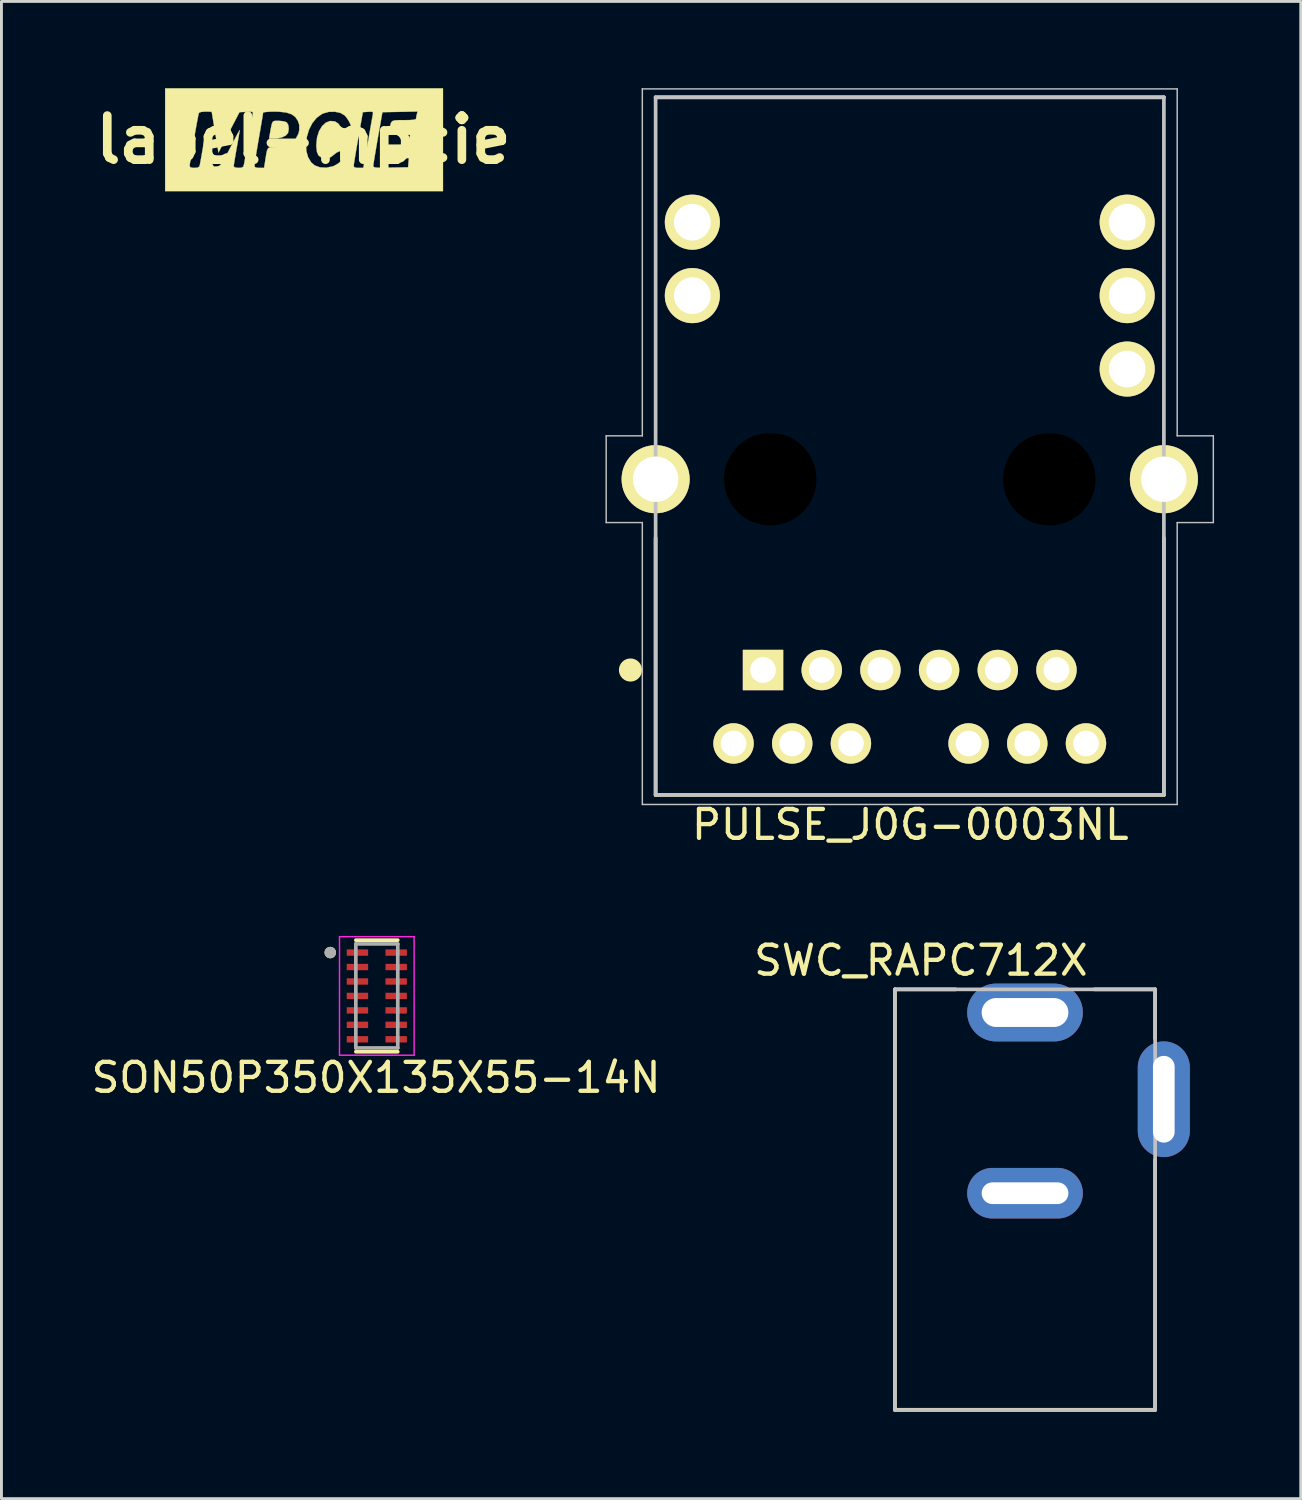
<source format=kicad_pcb>
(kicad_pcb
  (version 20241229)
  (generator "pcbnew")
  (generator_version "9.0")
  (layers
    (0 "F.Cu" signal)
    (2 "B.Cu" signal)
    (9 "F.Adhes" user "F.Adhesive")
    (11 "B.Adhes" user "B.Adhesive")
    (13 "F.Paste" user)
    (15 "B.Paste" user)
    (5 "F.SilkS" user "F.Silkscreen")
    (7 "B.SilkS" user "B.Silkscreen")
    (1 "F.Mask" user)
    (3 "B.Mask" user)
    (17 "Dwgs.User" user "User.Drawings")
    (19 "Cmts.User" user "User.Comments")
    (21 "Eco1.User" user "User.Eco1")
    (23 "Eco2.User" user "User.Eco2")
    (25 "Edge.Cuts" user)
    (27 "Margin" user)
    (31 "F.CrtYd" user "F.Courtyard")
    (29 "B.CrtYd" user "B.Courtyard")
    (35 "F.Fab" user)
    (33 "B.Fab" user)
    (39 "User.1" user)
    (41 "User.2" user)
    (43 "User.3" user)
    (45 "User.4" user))
  (footprint "label-mpcie"
    (layer "F.Cu")
    (at 7.446 1.783)
    (property "Reference" "label-mpcie" (at 0 0 0) (layer "F.SilkS") (effects (font (size 1.524 1.524) (thickness 0.3))))
    (attr through_hole)
    (fp_poly (pts (xy -0.877 -0.655) (xy -0.859 -0.655) (xy -0.721 -0.643) (xy -0.61 -0.615) (xy -0.576 -0.597) (xy -0.524 -0.507) (xy -0.508 -0.376) (xy -0.532 -0.241) (xy -0.534 -0.235) (xy -0.608 -0.148) (xy -0.743 -0.082) (xy -0.915 -0.046) (xy -0.995 -0.042) (xy -1.189 -0.042) (xy -1.161 -0.201) (xy -1.126 -0.401) (xy -1.099 -0.531) (xy -1.07 -0.608) (xy -1.03 -0.644) (xy -0.969 -0.655) (xy -0.877 -0.655)) (stroke (width 0.01) (type solid)) (fill yes) (layer "F.SilkS"))
    (fp_poly (pts (xy 4.826 1.778) (xy -4.784 1.778) (xy -4.784 0.904) (xy -3.937 0.904) (xy -3.914 0.952) (xy -3.835 0.972) (xy -3.772 0.974) (xy -3.66 0.965) (xy -3.605 0.929) (xy -3.586 0.878) (xy -3.571 0.802) (xy -3.545 0.661) (xy -3.512 0.475) (xy -3.475 0.262) (xy -3.468 0.222) (xy -3.432 0.018) (xy -3.401 -0.151) (xy -3.376 -0.27) (xy -3.363 -0.325) (xy -3.361 -0.327) (xy -3.35 -0.283) (xy -3.329 -0.172) (xy -3.3 -0.01) (xy -3.266 0.187) (xy -3.262 0.213) (xy -3.218 0.475) (xy -3.186 0.665) (xy -3.159 0.794) (xy -3.135 0.873) (xy -3.109 0.915) (xy -3.076 0.929) (xy -3.033 0.928) (xy -2.994 0.923) (xy -2.942 0.915) (xy -2.896 0.893) (xy -2.85 0.847) (xy -2.794 0.766) (xy -2.721 0.639) (xy -2.624 0.455) (xy -2.531 0.275) (xy -2.424 0.068) (xy -2.331 -0.109) (xy -2.26 -0.243) (xy -2.215 -0.322) (xy -2.203 -0.339) (xy -2.21 -0.292) (xy -2.229 -0.177) (xy -2.257 -0.01) (xy -2.293 0.194) (xy -2.307 0.273) (xy -2.345 0.49) (xy -2.377 0.679) (xy -2.401 0.824) (xy -2.412 0.907) (xy -2.413 0.919) (xy -2.373 0.959) (xy -2.257 0.974) (xy -2.247 0.974) (xy -2.137 0.966) (xy -2.083 0.933) (xy -2.069 0.891) (xy -1.693 0.891) (xy -1.678 0.946) (xy -1.618 0.969) (xy -1.528 0.974) (xy -1.362 0.974) (xy -1.313 0.667) (xy -1.283 0.479) (xy -1.256 0.358) (xy -1.219 0.291) (xy -1.159 0.261) (xy -1.062 0.254) (xy -0.952 0.254) (xy -0.67 0.223) (xy -0.48 0.148) (xy 0.087 0.148) (xy 0.1 0.39) (xy 0.16 0.607) (xy 0.269 0.786) (xy 0.389 0.888) (xy 0.577 0.957) (xy 0.797 0.967) (xy 1.023 0.918) (xy 1.067 0.9) (xy 1.738 0.9) (xy 1.755 0.949) (xy 1.824 0.971) (xy 1.902 0.974) (xy 2.068 0.974) (xy 2.083 0.901) (xy 2.415 0.901) (xy 2.421 0.93) (xy 2.447 0.95) (xy 2.507 0.963) (xy 2.614 0.968) (xy 2.78 0.968) (xy 3.016 0.964) (xy 3.619 0.953) (xy 3.646 0.635) (xy 2.808 0.635) (xy 2.851 0.402) (xy 2.893 0.169) (xy 3.243 0.169) (xy 3.406 0.166) (xy 3.534 0.156) (xy 3.605 0.143) (xy 3.612 0.138) (xy 3.633 0.077) (xy 3.659 -0.025) (xy 3.66 -0.032) (xy 3.69 -0.169) (xy 2.954 -0.169) (xy 2.983 -0.365) (xy 3.005 -0.504) (xy 3.031 -0.594) (xy 3.079 -0.646) (xy 3.164 -0.67) (xy 3.303 -0.677) (xy 3.476 -0.677) (xy 3.683 -0.681) (xy 3.815 -0.691) (xy 3.882 -0.711) (xy 3.895 -0.73) (xy 3.906 -0.812) (xy 3.922 -0.88) (xy 3.947 -0.976) (xy 3.339 -0.964) (xy 2.731 -0.953) (xy 2.574 -0.064) (xy 2.527 0.204) (xy 2.486 0.447) (xy 2.452 0.651) (xy 2.428 0.803) (xy 2.416 0.889) (xy 2.415 0.901) (xy 2.083 0.901) (xy 2.112 0.751) (xy 2.135 0.629) (xy 2.168 0.445) (xy 2.208 0.221) (xy 2.25 -0.021) (xy 2.264 -0.106) (xy 2.304 -0.337) (xy 2.341 -0.548) (xy 2.371 -0.719) (xy 2.392 -0.833) (xy 2.397 -0.86) (xy 2.407 -0.933) (xy 2.385 -0.966) (xy 2.311 -0.97) (xy 2.237 -0.966) (xy 2.053 -0.953) (xy 1.897 -0.064) (xy 1.85 0.204) (xy 1.809 0.447) (xy 1.775 0.651) (xy 1.751 0.802) (xy 1.739 0.888) (xy 1.738 0.9) (xy 1.067 0.9) (xy 1.084 0.893) (xy 1.218 0.81) (xy 1.342 0.696) (xy 1.436 0.574) (xy 1.481 0.466) (xy 1.482 0.451) (xy 1.449 0.392) (xy 1.367 0.374) (xy 1.256 0.394) (xy 1.14 0.448) (xy 1.065 0.508) (xy 0.948 0.6) (xy 0.821 0.633) (xy 0.772 0.635) (xy 0.623 0.615) (xy 0.523 0.548) (xy 0.467 0.423) (xy 0.446 0.231) (xy 0.445 0.175) (xy 0.47 -0.077) (xy 0.539 -0.295) (xy 0.644 -0.471) (xy 0.776 -0.592) (xy 0.927 -0.649) (xy 1.09 -0.633) (xy 1.09 -0.632) (xy 1.207 -0.558) (xy 1.267 -0.472) (xy 1.308 -0.399) (xy 1.369 -0.371) (xy 1.48 -0.374) (xy 1.483 -0.374) (xy 1.588 -0.393) (xy 1.647 -0.42) (xy 1.651 -0.429) (xy 1.625 -0.532) (xy 1.561 -0.662) (xy 1.476 -0.786) (xy 1.423 -0.844) (xy 1.276 -0.929) (xy 1.083 -0.969) (xy 0.874 -0.963) (xy 0.677 -0.909) (xy 0.642 -0.892) (xy 0.455 -0.757) (xy 0.304 -0.571) (xy 0.191 -0.347) (xy 0.118 -0.103) (xy 0.087 0.148) (xy -0.48 0.148) (xy -0.444 0.133) (xy -0.276 -0.013) (xy -0.172 -0.214) (xy -0.145 -0.327) (xy -0.145 -0.516) (xy -0.193 -0.656) (xy -0.283 -0.789) (xy -0.412 -0.882) (xy -0.594 -0.941) (xy -0.838 -0.969) (xy -1.005 -0.973) (xy -1.182 -0.969) (xy -1.315 -0.958) (xy -1.388 -0.942) (xy -1.397 -0.933) (xy -1.404 -0.881) (xy -1.423 -0.758) (xy -1.453 -0.579) (xy -1.491 -0.355) (xy -1.535 -0.101) (xy -1.545 -0.042) (xy -1.59 0.22) (xy -1.63 0.458) (xy -1.662 0.658) (xy -1.683 0.804) (xy -1.693 0.884) (xy -1.693 0.891) (xy -2.069 0.891) (xy -2.058 0.857) (xy -2.043 0.779) (xy -2.018 0.633) (xy -1.984 0.435) (xy -1.944 0.201) (xy -1.906 -0.021) (xy -1.863 -0.272) (xy -1.824 -0.498) (xy -1.791 -0.686) (xy -1.767 -0.82) (xy -1.755 -0.881) (xy -1.748 -0.935) (xy -1.77 -0.963) (xy -1.84 -0.97) (xy -1.972 -0.965) (xy -2.212 -0.953) (xy -2.576 -0.254) (xy -2.94 0.445) (xy -3.056 -0.254) (xy -3.094 -0.486) (xy -3.127 -0.687) (xy -3.153 -0.842) (xy -3.169 -0.938) (xy -3.173 -0.963) (xy -3.212 -0.969) (xy -3.311 -0.973) (xy -3.388 -0.974) (xy -3.531 -0.963) (xy -3.61 -0.934) (xy -3.62 -0.921) (xy -3.634 -0.86) (xy -3.659 -0.731) (xy -3.693 -0.55) (xy -3.732 -0.333) (xy -3.774 -0.094) (xy -3.817 0.15) (xy -3.856 0.384) (xy -3.891 0.593) (xy -3.918 0.76) (xy -3.934 0.87) (xy -3.937 0.904) (xy -4.784 0.904) (xy -4.784 -1.778) (xy 4.826 -1.778) (xy 4.826 1.778)) (stroke (width 0.01) (type solid)) (fill yes) (layer "F.SilkS")))
  (footprint "SON50P350X135X55-14N"
    (layer "F.Cu")
    (at 9.983 31.398)
    (property "Reference" "SON50P350X135X55-14N" (at -0.025 2.825 0) (layer "F.SilkS") (effects (font (size 1 1) (thickness 0.15))))
    (attr through_hole)
    (fp_line (start -0.725 -1.93) (end 0.725 -1.93) (stroke (width 0.127) (type solid)) (layer "F.SilkS"))
    (fp_line (start -0.725 1.93) (end 0.725 1.93) (stroke (width 0.127) (type solid)) (layer "F.SilkS"))
    (fp_circle (center -1.61 -1.5) (end -1.51 -1.5) (stroke (width 0.2) (type solid)) (fill no) (layer "F.SilkS"))
    (fp_line (start -1.29 -2.05) (end -1.29 2.05) (stroke (width 0.05) (type solid)) (layer "F.CrtYd"))
    (fp_line (start -1.29 -2.05) (end 1.29 -2.05) (stroke (width 0.05) (type solid)) (layer "F.CrtYd"))
    (fp_line (start -1.29 2.05) (end 1.29 2.05) (stroke (width 0.05) (type solid)) (layer "F.CrtYd"))
    (fp_line (start 1.29 -2.05) (end 1.29 2.05) (stroke (width 0.05) (type solid)) (layer "F.CrtYd"))
    (fp_line (start -0.725 -1.8) (end -0.725 1.8) (stroke (width 0.127) (type solid)) (layer "F.Fab"))
    (fp_line (start -0.725 -1.8) (end 0.725 -1.8) (stroke (width 0.127) (type solid)) (layer "F.Fab"))
    (fp_line (start -0.725 1.8) (end 0.725 1.8) (stroke (width 0.127) (type solid)) (layer "F.Fab"))
    (fp_line (start 0.725 -1.8) (end 0.725 1.8) (stroke (width 0.127) (type solid)) (layer "F.Fab"))
    (fp_circle (center -1.61 -1.5) (end -1.51 -1.5) (stroke (width 0.2) (type solid)) (fill no) (layer "F.Fab"))
    (pad "1" smd rect (at -0.67 -1.5) (size 0.74 0.22) (layers "F.Cu" "F.Mask" "F.Paste"))
    (pad "2" smd rect (at -0.67 -1) (size 0.74 0.22) (layers "F.Cu" "F.Mask" "F.Paste"))
    (pad "3" smd rect (at -0.67 -0.5) (size 0.74 0.22) (layers "F.Cu" "F.Mask" "F.Paste"))
    (pad "4" smd rect (at -0.67 0) (size 0.74 0.22) (layers "F.Cu" "F.Mask" "F.Paste"))
    (pad "5" smd rect (at -0.67 0.5) (size 0.74 0.22) (layers "F.Cu" "F.Mask" "F.Paste"))
    (pad "6" smd rect (at -0.67 1) (size 0.74 0.22) (layers "F.Cu" "F.Mask" "F.Paste"))
    (pad "7" smd rect (at -0.67 1.5) (size 0.74 0.22) (layers "F.Cu" "F.Mask" "F.Paste"))
    (pad "8" smd rect (at 0.67 1.5) (size 0.74 0.22) (layers "F.Cu" "F.Mask" "F.Paste"))
    (pad "9" smd rect (at 0.67 1) (size 0.74 0.22) (layers "F.Cu" "F.Mask" "F.Paste"))
    (pad "10" smd rect (at 0.67 0.5) (size 0.74 0.22) (layers "F.Cu" "F.Mask" "F.Paste"))
    (pad "11" smd rect (at 0.67 0) (size 0.74 0.22) (layers "F.Cu" "F.Mask" "F.Paste"))
    (pad "12" smd rect (at 0.67 -0.5) (size 0.74 0.22) (layers "F.Cu" "F.Mask" "F.Paste"))
    (pad "13" smd rect (at 0.67 -1) (size 0.74 0.22) (layers "F.Cu" "F.Mask" "F.Paste"))
    (pad "14" smd rect (at 0.67 -1.5) (size 0.74 0.22) (layers "F.Cu" "F.Mask" "F.Paste")))
  (footprint "PULSE_J0G-0003NL"
    (layer "F.Cu")
    (at 28.417 13.525)
    (property "Reference" "PULSE_J0G-0003NL" (at 0.02 11.95 0) (layer "F.SilkS") (effects (font (size 1 1) (thickness 0.15))))
    (attr through_hole)
    (fp_line (start -8.79 -13.21) (end 8.79 -13.21) (stroke (width 0.127) (type solid)) (layer "F.SilkS"))
    (fp_line (start -8.79 10.92) (end -8.79 2.03) (stroke (width 0.127) (type solid)) (layer "F.SilkS"))
    (fp_line (start 8.79 2.03) (end 8.79 10.92) (stroke (width 0.127) (type solid)) (layer "F.SilkS"))
    (fp_line (start 8.79 10.92) (end -8.79 10.92) (stroke (width 0.127) (type solid)) (layer "F.SilkS"))
    (fp_circle (center -9.66 6.6) (end -9.46 6.6) (stroke (width 0.4) (type solid)) (fill no) (layer "F.SilkS"))
    (fp_line (start -10.5 -1.5) (end -9.25 -1.5) (stroke (width 0.05) (type solid)) (layer "Dwgs.User"))
    (fp_line (start -10.5 1.5) (end -10.5 -1.5) (stroke (width 0.05) (type solid)) (layer "Dwgs.User"))
    (fp_line (start -9.25 -1.5) (end -9.25 -13.5) (stroke (width 0.05) (type solid)) (layer "Dwgs.User"))
    (fp_line (start -9.25 1.5) (end -10.5 1.5) (stroke (width 0.05) (type solid)) (layer "Dwgs.User"))
    (fp_line (start -9.25 11.25) (end -9.25 1.5) (stroke (width 0.05) (type solid)) (layer "Dwgs.User"))
    (fp_line (start -9.25 11.25) (end 9.25 11.25) (stroke (width 0.05) (type solid)) (layer "Dwgs.User"))
    (fp_line (start -8.79 -13.21) (end 8.79 -13.21) (stroke (width 0.127) (type solid)) (layer "Dwgs.User"))
    (fp_line (start -8.79 10.92) (end -8.79 -13.21) (stroke (width 0.127) (type solid)) (layer "Dwgs.User"))
    (fp_line (start 8.79 -13.21) (end 8.79 10.92) (stroke (width 0.127) (type solid)) (layer "Dwgs.User"))
    (fp_line (start 8.79 10.92) (end -8.79 10.92) (stroke (width 0.127) (type solid)) (layer "Dwgs.User"))
    (fp_line (start 9.25 -13.5) (end -9.25 -13.5) (stroke (width 0.05) (type solid)) (layer "Dwgs.User"))
    (fp_line (start 9.25 -1.5) (end 9.25 -13.5) (stroke (width 0.05) (type solid)) (layer "Dwgs.User"))
    (fp_line (start 9.25 1.5) (end 10.5 1.5) (stroke (width 0.05) (type solid)) (layer "Dwgs.User"))
    (fp_line (start 9.25 11.25) (end 9.25 1.5) (stroke (width 0.05) (type solid)) (layer "Dwgs.User"))
    (fp_line (start 10.5 -1.5) (end 9.25 -1.5) (stroke (width 0.05) (type solid)) (layer "Dwgs.User"))
    (fp_line (start 10.5 1.5) (end 10.5 -1.5) (stroke (width 0.05) (type solid)) (layer "Dwgs.User"))
    (pad "" np_thru_hole circle (at -4.825 0) (size 3.2 3.2) (drill 3.2) (layers))
    (pad "" np_thru_hole circle (at 4.825 0) (size 3.2 3.2) (drill 3.2) (layers))
    (pad "1" thru_hole rect (at -5.075 6.6) (size 1.398 1.398) (drill 0.89) (layers "*.Cu" "*.Mask" "F.SilkS"))
    (pad "2" thru_hole circle (at -3.045 6.6) (size 1.398 1.398) (drill 0.89) (layers "*.Cu" "*.Mask" "F.SilkS"))
    (pad "3" thru_hole circle (at -1.015 6.6) (size 1.398 1.398) (drill 0.89) (layers "*.Cu" "*.Mask" "F.SilkS"))
    (pad "4" thru_hole circle (at 1.015 6.6) (size 1.398 1.398) (drill 0.89) (layers "*.Cu" "*.Mask" "F.SilkS"))
    (pad "5" thru_hole circle (at 3.045 6.6) (size 1.398 1.398) (drill 0.89) (layers "*.Cu" "*.Mask" "F.SilkS"))
    (pad "6" thru_hole circle (at 5.075 6.6) (size 1.398 1.398) (drill 0.89) (layers "*.Cu" "*.Mask" "F.SilkS"))
    (pad "7" thru_hole circle (at -6.095 9.14) (size 1.398 1.398) (drill 0.89) (layers "*.Cu" "*.Mask" "F.SilkS"))
    (pad "8" thru_hole circle (at -4.065 9.14) (size 1.398 1.398) (drill 0.89) (layers "*.Cu" "*.Mask" "F.SilkS"))
    (pad "9" thru_hole circle (at -2.035 9.14) (size 1.398 1.398) (drill 0.89) (layers "*.Cu" "*.Mask" "F.SilkS"))
    (pad "10" thru_hole circle (at 2.035 9.14) (size 1.398 1.398) (drill 0.89) (layers "*.Cu" "*.Mask" "F.SilkS"))
    (pad "11" thru_hole circle (at 4.065 9.14) (size 1.398 1.398) (drill 0.89) (layers "*.Cu" "*.Mask" "F.SilkS"))
    (pad "12" thru_hole circle (at 6.095 9.14) (size 1.398 1.398) (drill 0.89) (layers "*.Cu" "*.Mask" "F.SilkS"))
    (pad "13" thru_hole circle (at -7.52 -6.35) (size 1.905 1.905) (drill 1.27) (layers "*.Cu" "*.Mask" "F.SilkS"))
    (pad "14" thru_hole circle (at -7.52 -8.89) (size 1.905 1.905) (drill 1.27) (layers "*.Cu" "*.Mask" "F.SilkS"))
    (pad "15" thru_hole circle (at 7.52 -3.81) (size 1.905 1.905) (drill 1.27) (layers "*.Cu" "*.Mask" "F.SilkS"))
    (pad "16" thru_hole circle (at 7.52 -6.35) (size 1.905 1.905) (drill 1.27) (layers "*.Cu" "*.Mask" "F.SilkS"))
    (pad "17" thru_hole circle (at 7.52 -8.89) (size 1.905 1.905) (drill 1.27) (layers "*.Cu" "*.Mask" "F.SilkS"))
    (pad "SH1" thru_hole circle (at -8.79 0) (size 2.355 2.355) (drill 1.57) (layers "*.Cu" "*.Mask" "F.SilkS"))
    (pad "SH2" thru_hole circle (at 8.79 0) (size 2.355 2.355) (drill 1.57) (layers "*.Cu" "*.Mask" "F.SilkS")))
  (footprint "SWC_RAPC712X"
    (layer "F.Cu")
    (at 32.404 34.971)
    (property "Reference" "SWC_RAPC712X" (at -3.6 -4.8 0) (layer "F.SilkS") (effects (font (size 1 1) (thickness 0.15))))
    (attr smd)
    (fp_line (start -4.5 -3.8) (end -4.5 10.74) (stroke (width 0.127) (type solid)) (layer "F.SilkS"))
    (fp_line (start -4.5 10.74) (end 4.5 10.74) (stroke (width 0.127) (type solid)) (layer "F.SilkS"))
    (fp_line (start -2.4 -3.8) (end -4.5 -3.8) (stroke (width 0.127) (type solid)) (layer "F.SilkS"))
    (fp_line (start 4.5 -3.8) (end 2.4 -3.8) (stroke (width 0.127) (type solid)) (layer "F.SilkS"))
    (fp_line (start 4.5 -2.1) (end 4.5 -3.8) (stroke (width 0.127) (type solid)) (layer "F.SilkS"))
    (fp_line (start 4.5 10.74) (end 4.5 2.1) (stroke (width 0.127) (type solid)) (layer "F.SilkS"))
    (fp_line (start -4.5 -3.8) (end -4.5 10.75) (stroke (width 0.127) (type solid)) (layer "Dwgs.User"))
    (fp_line (start -4.5 10.75) (end 4.5 10.75) (stroke (width 0.127) (type solid)) (layer "Dwgs.User"))
    (fp_line (start -2.35 -3.8) (end -4.5 -3.8) (stroke (width 0.127) (type solid)) (layer "Dwgs.User"))
    (fp_line (start 4.5 -3.8) (end -2.3 -3.8) (stroke (width 0.127) (type solid)) (layer "Dwgs.User"))
    (fp_line (start 4.5 10.75) (end 4.5 -3.8) (stroke (width 0.127) (type solid)) (layer "Dwgs.User"))
    (pad "1" thru_hole oval (at 0 -3) (size 4 2) (drill oval 3 1) (layers "*.Cu" "*.Mask"))
    (pad "2" thru_hole oval (at 4.8 0 90) (size 4 1.8) (drill oval 3 0.75) (layers "*.Cu" "*.Mask"))
    (pad "3" thru_hole oval (at 0 3.25) (size 4 1.75) (drill oval 3 0.75) (layers "*.Cu" "*.Mask")))
  (gr_rect
    (start -3 -3)
    (end 41.942 48.785)
    (stroke (width 0.1) (type default))
    (fill no)
    (layer "Edge.Cuts")))
</source>
